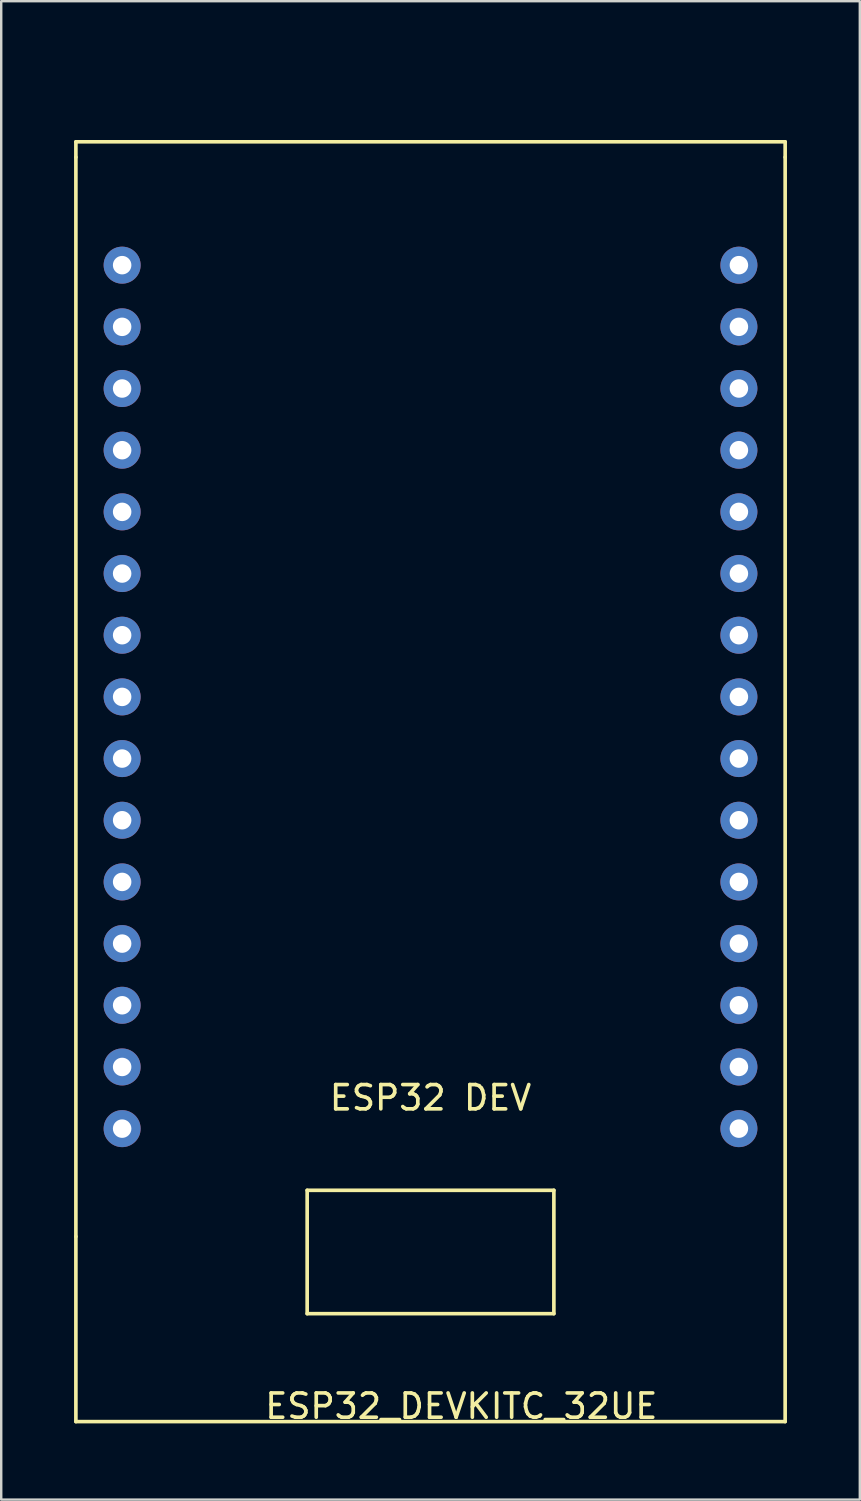
<source format=kicad_pcb>
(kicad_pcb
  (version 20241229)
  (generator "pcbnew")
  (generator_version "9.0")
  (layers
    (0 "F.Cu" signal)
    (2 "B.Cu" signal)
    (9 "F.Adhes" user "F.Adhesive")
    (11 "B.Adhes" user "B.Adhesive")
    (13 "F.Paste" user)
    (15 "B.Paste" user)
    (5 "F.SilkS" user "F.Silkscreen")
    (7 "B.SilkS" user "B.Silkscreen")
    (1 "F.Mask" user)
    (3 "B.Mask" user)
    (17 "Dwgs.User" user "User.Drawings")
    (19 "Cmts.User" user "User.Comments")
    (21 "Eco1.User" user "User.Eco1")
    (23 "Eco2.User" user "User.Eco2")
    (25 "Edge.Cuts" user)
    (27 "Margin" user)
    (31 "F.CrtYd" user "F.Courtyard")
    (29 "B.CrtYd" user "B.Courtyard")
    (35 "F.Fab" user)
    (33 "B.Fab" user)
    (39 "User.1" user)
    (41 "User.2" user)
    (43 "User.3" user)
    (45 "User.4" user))
  (footprint "ESP32_DEVKITC_32UE"
    (layer "F.Cu")
    (at 1.98 0.25)
    (property "Reference" "ESP32_DEVKITC_32UE" (at 13.97 54.61 0) (layer "F.SilkS") (effects (font (size 1 1) (thickness 0.15))))
    (attr through_hole)
    (fp_line (start -1.905 2.54) (end -1.905 3.175) (stroke (width 0.15) (type solid)) (layer "F.SilkS"))
    (fp_line (start -1.905 47.625) (end -1.905 3.175) (stroke (width 0.15) (type solid)) (layer "F.SilkS"))
    (fp_line (start -1.905 47.625) (end -1.905 55.245) (stroke (width 0.15) (type solid)) (layer "F.SilkS"))
    (fp_line (start -1.905 55.245) (end 27.305 55.245) (stroke (width 0.15) (type solid)) (layer "F.SilkS"))
    (fp_line (start 7.62 45.72) (end 17.78 45.72) (stroke (width 0.15) (type solid)) (layer "F.SilkS"))
    (fp_line (start 7.62 50.8) (end 7.62 45.72) (stroke (width 0.15) (type solid)) (layer "F.SilkS"))
    (fp_line (start 17.78 45.72) (end 17.78 50.8) (stroke (width 0.15) (type solid)) (layer "F.SilkS"))
    (fp_line (start 17.78 50.8) (end 7.62 50.8) (stroke (width 0.15) (type solid)) (layer "F.SilkS"))
    (fp_line (start 27.305 2.54) (end -1.905 2.54) (stroke (width 0.15) (type solid)) (layer "F.SilkS"))
    (fp_line (start 27.305 3.175) (end 27.305 2.54) (stroke (width 0.15) (type solid)) (layer "F.SilkS"))
    (fp_line (start 27.305 55.245) (end 27.305 3.175) (stroke (width 0.15) (type solid)) (layer "F.SilkS"))
    (fp_text user "ESP32 DEV" (at 12.7 41.91 0) (layer "F.SilkS") (effects (font (size 1 1) (thickness 0.15))))
    (pad "1" thru_hole circle (at 0 7.62) (size 1.524 1.524) (drill 0.762) (layers "*.Cu" "*.Mask"))
    (pad "2" thru_hole circle (at 0 10.16) (size 1.524 1.524) (drill 0.762) (layers "*.Cu" "*.Mask"))
    (pad "3" thru_hole circle (at 0 12.7) (size 1.524 1.524) (drill 0.762) (layers "*.Cu" "*.Mask"))
    (pad "4" thru_hole circle (at 0 15.24) (size 1.524 1.524) (drill 0.762) (layers "*.Cu" "*.Mask"))
    (pad "5" thru_hole circle (at 0 17.78) (size 1.524 1.524) (drill 0.762) (layers "*.Cu" "*.Mask"))
    (pad "6" thru_hole circle (at 0 20.32) (size 1.524 1.524) (drill 0.762) (layers "*.Cu" "*.Mask"))
    (pad "7" thru_hole circle (at 0 22.86) (size 1.524 1.524) (drill 0.762) (layers "*.Cu" "*.Mask"))
    (pad "8" thru_hole circle (at 0 25.4) (size 1.524 1.524) (drill 0.762) (layers "*.Cu" "*.Mask"))
    (pad "9" thru_hole circle (at 0 27.94) (size 1.524 1.524) (drill 0.762) (layers "*.Cu" "*.Mask"))
    (pad "10" thru_hole circle (at 0 30.48) (size 1.524 1.524) (drill 0.762) (layers "*.Cu" "*.Mask"))
    (pad "11" thru_hole circle (at 0 33.02) (size 1.524 1.524) (drill 0.762) (layers "*.Cu" "*.Mask"))
    (pad "12" thru_hole circle (at 0 35.56) (size 1.524 1.524) (drill 0.762) (layers "*.Cu" "*.Mask"))
    (pad "13" thru_hole circle (at 0 38.1) (size 1.524 1.524) (drill 0.762) (layers "*.Cu" "*.Mask"))
    (pad "14" thru_hole circle (at 0 40.64) (size 1.524 1.524) (drill 0.762) (layers "*.Cu" "*.Mask"))
    (pad "15" thru_hole circle (at 0 43.18) (size 1.524 1.524) (drill 0.762) (layers "*.Cu" "*.Mask"))
    (pad "16" thru_hole circle (at 25.4 7.62) (size 1.524 1.524) (drill 0.762) (layers "*.Cu" "*.Mask"))
    (pad "17" thru_hole circle (at 25.4 10.16) (size 1.524 1.524) (drill 0.762) (layers "*.Cu" "*.Mask"))
    (pad "18" thru_hole circle (at 25.4 12.7) (size 1.524 1.524) (drill 0.762) (layers "*.Cu" "*.Mask"))
    (pad "19" thru_hole circle (at 25.4 15.24) (size 1.524 1.524) (drill 0.762) (layers "*.Cu" "*.Mask"))
    (pad "20" thru_hole circle (at 25.4 17.78) (size 1.524 1.524) (drill 0.762) (layers "*.Cu" "*.Mask"))
    (pad "21" thru_hole circle (at 25.4 20.32) (size 1.524 1.524) (drill 0.762) (layers "*.Cu" "*.Mask"))
    (pad "22" thru_hole circle (at 25.4 22.86) (size 1.524 1.524) (drill 0.762) (layers "*.Cu" "*.Mask"))
    (pad "23" thru_hole circle (at 25.4 25.4) (size 1.524 1.524) (drill 0.762) (layers "*.Cu" "*.Mask"))
    (pad "24" thru_hole circle (at 25.4 27.94) (size 1.524 1.524) (drill 0.762) (layers "*.Cu" "*.Mask"))
    (pad "25" thru_hole circle (at 25.4 30.48) (size 1.524 1.524) (drill 0.762) (layers "*.Cu" "*.Mask"))
    (pad "26" thru_hole circle (at 25.4 33.02) (size 1.524 1.524) (drill 0.762) (layers "*.Cu" "*.Mask"))
    (pad "27" thru_hole circle (at 25.4 35.56) (size 1.524 1.524) (drill 0.762) (layers "*.Cu" "*.Mask"))
    (pad "28" thru_hole circle (at 25.4 38.1) (size 1.524 1.524) (drill 0.762) (layers "*.Cu" "*.Mask"))
    (pad "29" thru_hole circle (at 25.4 40.64) (size 1.524 1.524) (drill 0.762) (layers "*.Cu" "*.Mask"))
    (pad "30" thru_hole circle (at 25.4 43.18) (size 1.524 1.524) (drill 0.762) (layers "*.Cu" "*.Mask")))
  (gr_rect
    (start -3 -3)
    (end 32.36 58.708)
    (stroke (width 0.1) (type default))
    (fill no)
    (layer "Edge.Cuts")))
</source>
